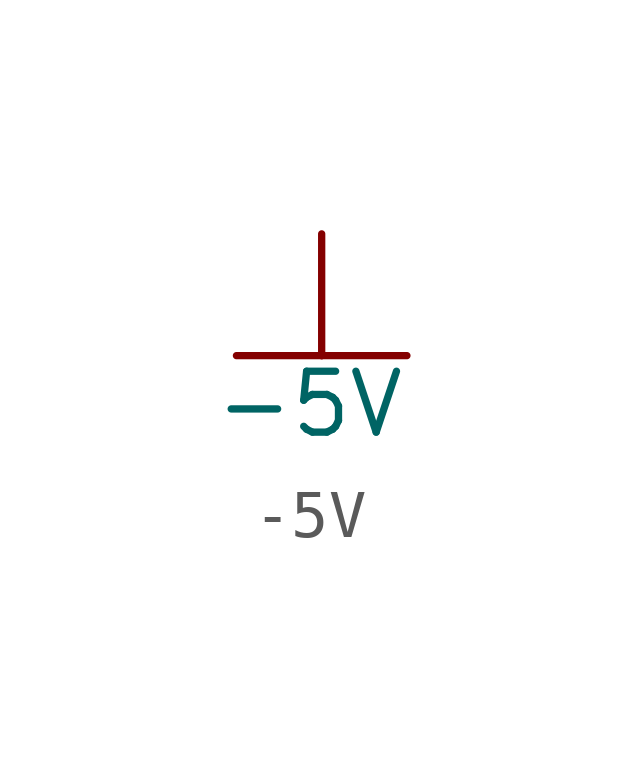
<source format=kicad_sym>
(kicad_symbol_lib
  (version 20231120)
  (generator "kicad_symbol_editor")
  (generator_version "8.0")
  (symbol "-5V"
    (power)
    (pin_numbers hide)
    (pin_names
      (offset 0) hide)
    (property "Reference" "#PWR"
      (at 0 -7.112 0)
      (effects (font (size 1.27 1.27)) (hide yes)))
    (property "Value" "-5V"
      (at -0.254 -3.556 0)
      (effects (font (size 1.27 1.27))))
    (property "Footprint" ""
      (at 0 0 0)
      (effects (font (size 1.524 1.524))))
    (property "Datasheet" ""
      (at 0 0 0)
      (effects (font (size 1.524 1.524))))
    (symbol "-5V_0_1"
      (polyline (pts (xy -1.778 -2.54) (xy 0 -2.54)) (stroke (width 0) (type default)) (fill (type none)))
      (polyline (pts (xy 0 -2.54) (xy 0 0)) (stroke (width 0) (type default)) (fill (type none)))
      (polyline (pts (xy 0 -2.54) (xy 1.778 -2.54)) (stroke (width 0) (type default)) (fill (type none))))
    (symbol "-5V_1_1"
      (pin power_in line (at 0 0 270) (length 0) hide (name "-5V" (effects (font (size 1.27 1.27)))) (number "1" (effects (font (size 1.27 1.27))))))))
</source>
